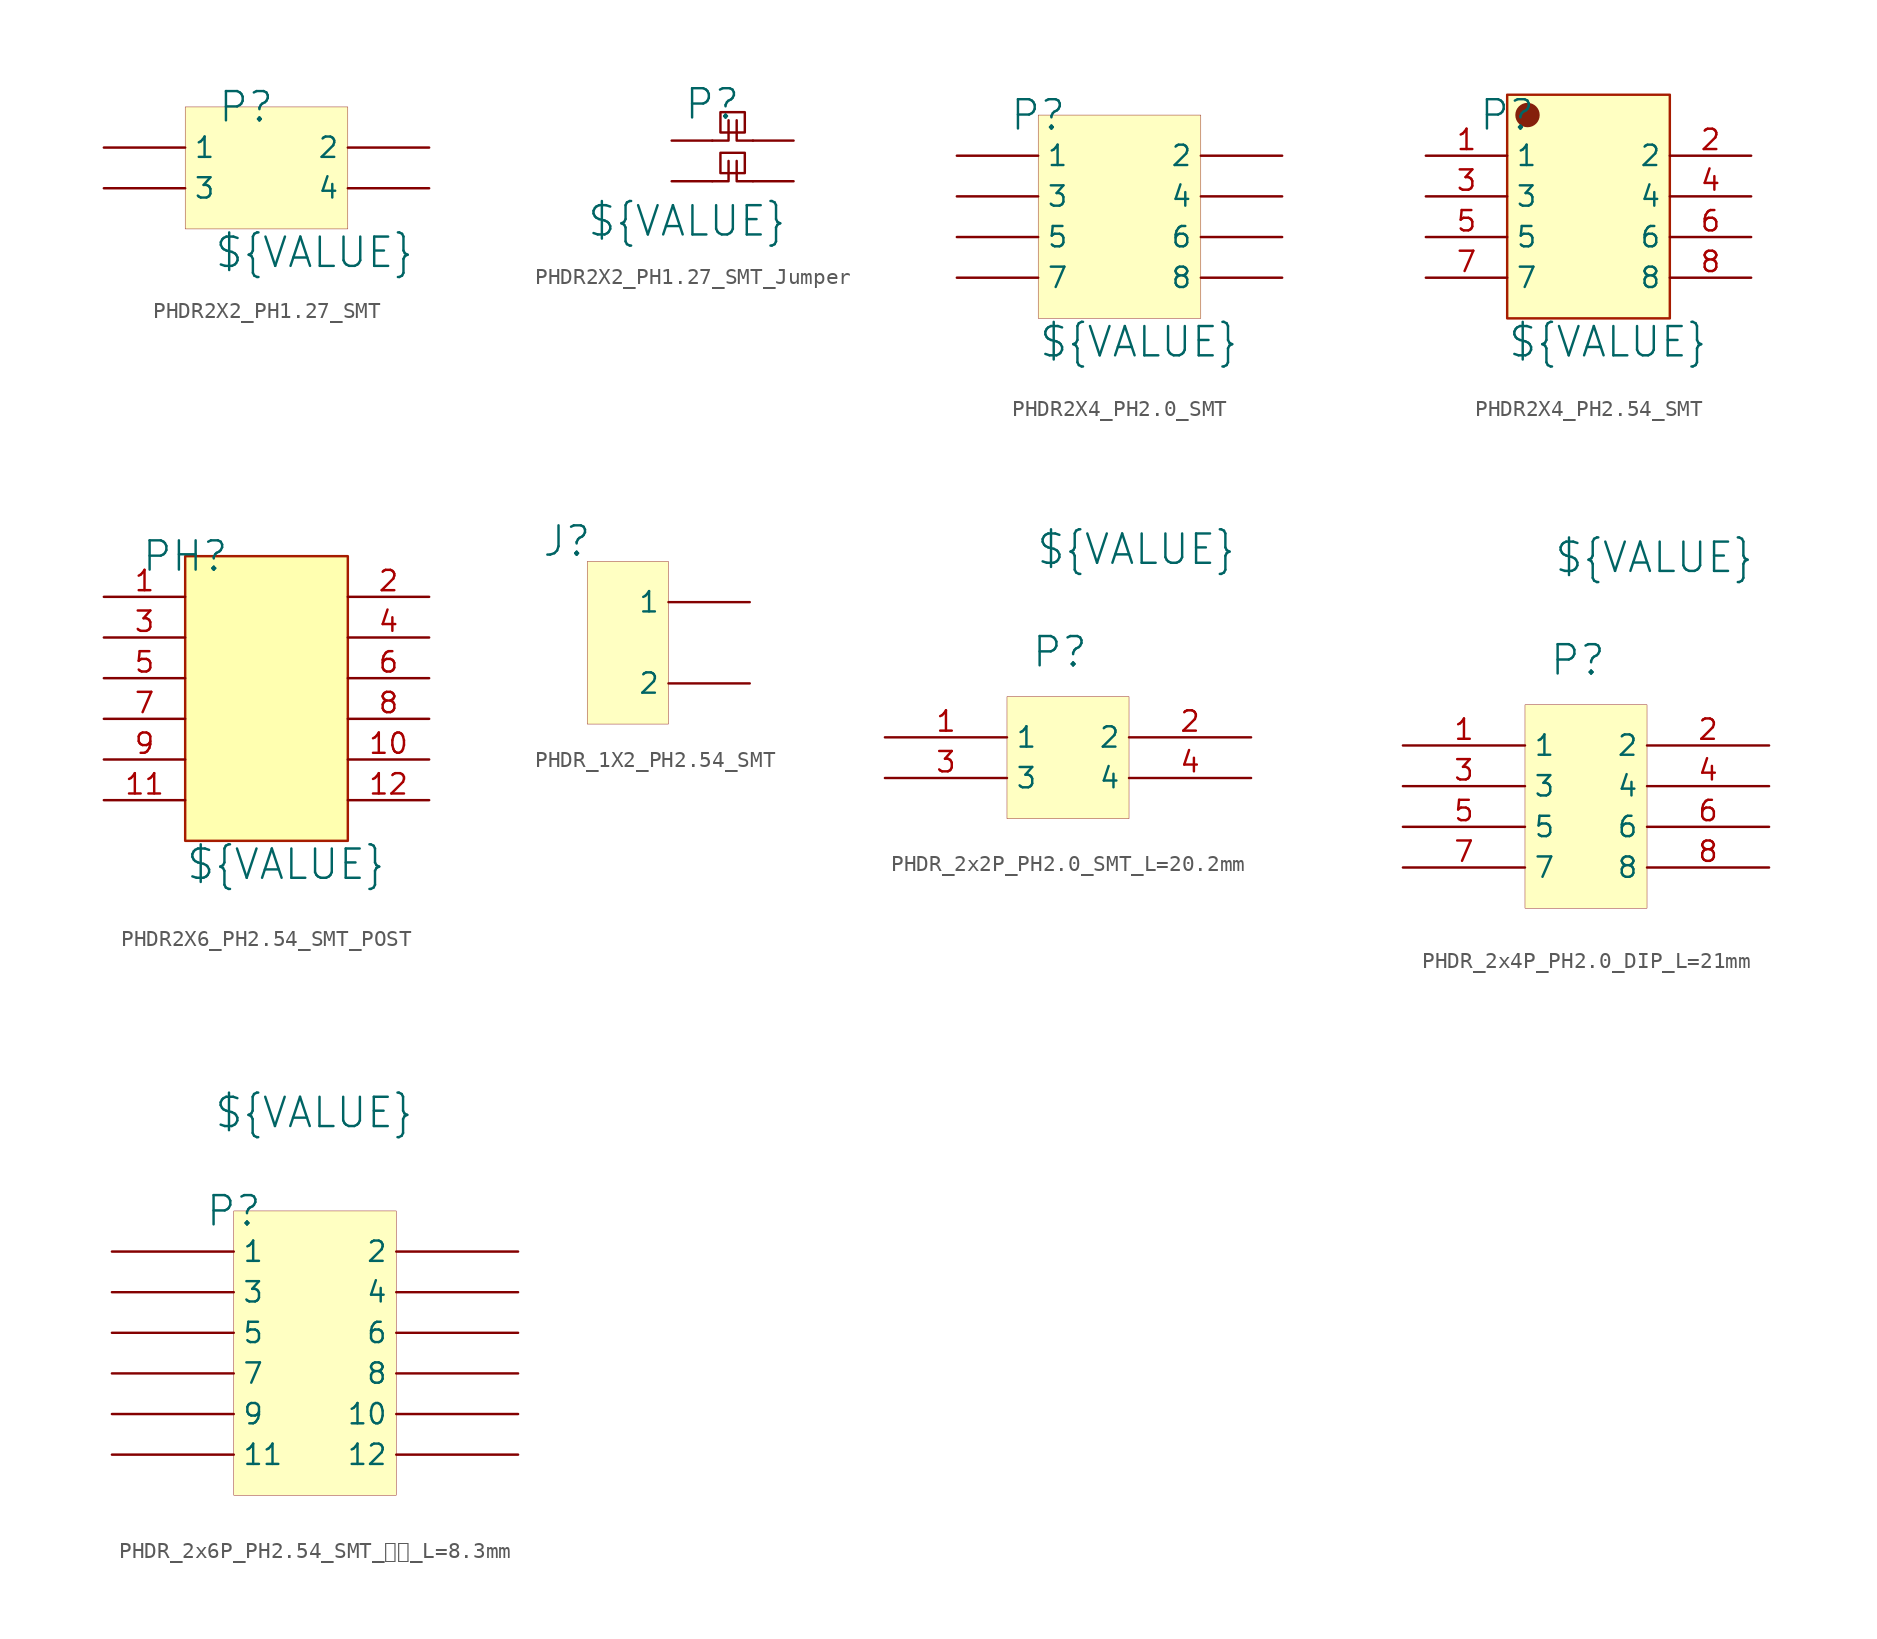
<source format=kicad_sym>
(kicad_symbol_lib
  (version 20241209)
  (generator "kicad_symbol_editor")
  (generator_version "9.0")
  (symbol "PHDR2X2_PH1.27_SMT"
    (pin_numbers
      (hide yes))
    (property "Reference" "P"
      (at 3.81 0 0)
      (effects (font (size 1.829 1.829))))
    (property "Value" "${VALUE}"
      (at 1.778 -10.16 0)
      (effects (font (size 1.829 1.829)) (justify left bottom)))
    (symbol "PHDR2X2_PH1.27_SMT_1_0"
      (rectangle (start 10.16 0) (end 0 -7.62) (stroke (width 0.025) (type solid) (color 128 0 0 1)) (fill (type background)))
      (pin passive line (at -5.08 -2.54 0) (length 5.08) (name "1" (effects (font (size 1.27 1.27)))) (number "1" (effects (font (size 1.27 1.27)))))
      (pin passive line (at -5.08 -5.08 0) (length 5.08) (name "3" (effects (font (size 1.27 1.27)))) (number "3" (effects (font (size 1.27 1.27)))))
      (pin passive line (at 15.24 -2.54 180) (length 5.08) (name "2" (effects (font (size 1.27 1.27)))) (number "2" (effects (font (size 1.27 1.27)))))
      (pin passive line (at 15.24 -5.08 180) (length 5.08) (name "4" (effects (font (size 1.27 1.27)))) (number "4" (effects (font (size 1.27 1.27)))))))
  (symbol "PHDR2X2_PH1.27_SMT_Jumper"
    (pin_numbers
      (hide yes))
    (pin_names
      (hide yes))
    (property "Reference" "P"
      (at 0 -0.254 0)
      (effects (font (size 1.829 1.829))))
    (property "Value" "${VALUE}"
      (at -7.874 -8.636 0)
      (effects (font (size 1.829 1.829)) (justify left bottom)))
    (symbol "PHDR2X2_PH1.27_SMT_Jumper_1_0"
      (polyline (pts (xy 0 -2.54) (xy 1.016 -2.54) (xy 1.016 -1.27)) (stroke (width 0) (type solid)) (fill (type none)))
      (polyline (pts (xy 0 -5.08) (xy 1.016 -5.08) (xy 1.016 -3.81)) (stroke (width 0) (type solid)) (fill (type none)))
      (polyline (pts (xy 0.508 -0.762) (xy 0.508 -2.032) (xy 2.032 -2.032) (xy 2.032 -0.762) (xy 0.508 -0.762)) (stroke (width 0) (type solid)) (fill (type none)))
      (polyline (pts (xy 0.508 -3.302) (xy 0.508 -4.572) (xy 2.032 -4.572) (xy 2.032 -3.302) (xy 0.508 -3.302)) (stroke (width 0) (type solid)) (fill (type none)))
      (polyline (pts (xy 2.54 -2.54) (xy 1.524 -2.54) (xy 1.524 -1.27)) (stroke (width 0) (type solid)) (fill (type none)))
      (polyline (pts (xy 2.54 -5.08) (xy 1.524 -5.08) (xy 1.524 -3.81)) (stroke (width 0) (type solid)) (fill (type none)))
      (pin passive line (at -2.54 -2.54 0) (length 2.54) (name "1" (effects (font (size 1.27 1.27)))) (number "1" (effects (font (size 1.27 1.27)))))
      (pin passive line (at -2.54 -5.08 0) (length 2.54) (name "3" (effects (font (size 1.27 1.27)))) (number "3" (effects (font (size 1.27 1.27)))))
      (pin passive line (at 5.08 -2.54 180) (length 2.54) (name "2" (effects (font (size 1.27 1.27)))) (number "2" (effects (font (size 1.27 1.27)))))
      (pin passive line (at 5.08 -5.08 180) (length 2.54) (name "4" (effects (font (size 1.27 1.27)))) (number "4" (effects (font (size 1.27 1.27)))))))
  (symbol "PHDR2X4_PH2.0_SMT"
    (pin_numbers
      (hide yes))
    (property "Reference" "P"
      (at 0 0 0)
      (effects (font (size 1.829 1.829))))
    (property "Value" "${VALUE}"
      (at 0 -15.24 0)
      (effects (font (size 1.829 1.829)) (justify left bottom)))
    (symbol "PHDR2X4_PH2.0_SMT_1_0"
      (rectangle (start 10.16 0) (end 0 -12.7) (stroke (width 0.025) (type solid) (color 128 0 0 1)) (fill (type background)))
      (pin passive line (at -5.08 -2.54 0) (length 5.08) (name "1" (effects (font (size 1.27 1.27)))) (number "1" (effects (font (size 1.27 1.27)))))
      (pin passive line (at -5.08 -5.08 0) (length 5.08) (name "3" (effects (font (size 1.27 1.27)))) (number "3" (effects (font (size 1.27 1.27)))))
      (pin passive line (at -5.08 -7.62 0) (length 5.08) (name "5" (effects (font (size 1.27 1.27)))) (number "5" (effects (font (size 1.27 1.27)))))
      (pin passive line (at -5.08 -10.16 0) (length 5.08) (name "7" (effects (font (size 1.27 1.27)))) (number "7" (effects (font (size 1.27 1.27)))))
      (pin passive line (at 15.24 -2.54 180) (length 5.08) (name "2" (effects (font (size 1.27 1.27)))) (number "2" (effects (font (size 1.27 1.27)))))
      (pin passive line (at 15.24 -5.08 180) (length 5.08) (name "4" (effects (font (size 1.27 1.27)))) (number "4" (effects (font (size 1.27 1.27)))))
      (pin passive line (at 15.24 -7.62 180) (length 5.08) (name "6" (effects (font (size 1.27 1.27)))) (number "6" (effects (font (size 1.27 1.27)))))
      (pin passive line (at 15.24 -10.16 180) (length 5.08) (name "8" (effects (font (size 1.27 1.27)))) (number "8" (effects (font (size 1.27 1.27)))))))
  (symbol "PHDR2X4_PH2.54_SMT"
    (property "Reference" "P"
      (at 0 0 0)
      (effects (font (size 1.829 1.829))))
    (property "Value" "${VALUE}"
      (at 0 -15.24 0)
      (effects (font (size 1.829 1.829)) (justify left bottom)))
    (symbol "PHDR2X4_PH2.54_SMT_1_0"
      (rectangle (start 0 1.27) (end 10.16 -12.7) (stroke (width 0) (type solid) (color 166 28 0 1)) (fill (type background)))
      (circle (center 1.27 0) (radius 0.762) (stroke (width -0.0001) (type solid) (color 133 32 12 1)) (fill (type outline)))
      (pin passive line (at -5.08 -2.54 0) (length 5.08) (name "1" (effects (font (size 1.27 1.27)))) (number "1" (effects (font (size 1.27 1.27)))))
      (pin passive line (at -5.08 -5.08 0) (length 5.08) (name "3" (effects (font (size 1.27 1.27)))) (number "3" (effects (font (size 1.27 1.27)))))
      (pin passive line (at -5.08 -7.62 0) (length 5.08) (name "5" (effects (font (size 1.27 1.27)))) (number "5" (effects (font (size 1.27 1.27)))))
      (pin passive line (at -5.08 -10.16 0) (length 5.08) (name "7" (effects (font (size 1.27 1.27)))) (number "7" (effects (font (size 1.27 1.27)))))
      (pin passive line (at 15.24 -2.54 180) (length 5.08) (name "2" (effects (font (size 1.27 1.27)))) (number "2" (effects (font (size 1.27 1.27)))))
      (pin passive line (at 15.24 -5.08 180) (length 5.08) (name "4" (effects (font (size 1.27 1.27)))) (number "4" (effects (font (size 1.27 1.27)))))
      (pin passive line (at 15.24 -7.62 180) (length 5.08) (name "6" (effects (font (size 1.27 1.27)))) (number "6" (effects (font (size 1.27 1.27)))))
      (pin passive line (at 15.24 -10.16 180) (length 5.08) (name "8" (effects (font (size 1.27 1.27)))) (number "8" (effects (font (size 1.27 1.27)))))))
  (symbol "PHDR2X6_PH2.54_SMT_POST"
    (pin_names
      (hide yes))
    (property "Reference" "PH"
      (at 0 0 0)
      (effects (font (size 1.829 1.829))))
    (property "Value" "${VALUE}"
      (at 0 -20.32 0)
      (effects (font (size 1.829 1.829)) (justify left bottom)))
    (symbol "PHDR2X6_PH2.54_SMT_POST_1_0"
      (rectangle (start 0 0) (end 10.16 -17.78) (stroke (width 0) (type solid) (color 166 28 0 1)) (fill (type color) (color 255 255 176 1)))
      (pin passive line (at -5.08 -2.54 0) (length 5.08) (name "1" (effects (font (size 1.27 1.27)))) (number "1" (effects (font (size 1.27 1.27)))))
      (pin passive line (at -5.08 -5.08 0) (length 5.08) (name "3" (effects (font (size 1.27 1.27)))) (number "3" (effects (font (size 1.27 1.27)))))
      (pin passive line (at -5.08 -7.62 0) (length 5.08) (name "5" (effects (font (size 1.27 1.27)))) (number "5" (effects (font (size 1.27 1.27)))))
      (pin passive line (at -5.08 -10.16 0) (length 5.08) (name "7" (effects (font (size 1.27 1.27)))) (number "7" (effects (font (size 1.27 1.27)))))
      (pin passive line (at -5.08 -12.7 0) (length 5.08) (name "9" (effects (font (size 1.27 1.27)))) (number "9" (effects (font (size 1.27 1.27)))))
      (pin passive line (at -5.08 -15.24 0) (length 5.08) (name "11" (effects (font (size 1.27 1.27)))) (number "11" (effects (font (size 1.27 1.27)))))
      (pin passive line (at 15.24 -2.54 180) (length 5.08) (name "2" (effects (font (size 1.27 1.27)))) (number "2" (effects (font (size 1.27 1.27)))))
      (pin passive line (at 15.24 -5.08 180) (length 5.08) (name "4" (effects (font (size 1.27 1.27)))) (number "4" (effects (font (size 1.27 1.27)))))
      (pin passive line (at 15.24 -7.62 180) (length 5.08) (name "6" (effects (font (size 1.27 1.27)))) (number "6" (effects (font (size 1.27 1.27)))))
      (pin passive line (at 15.24 -10.16 180) (length 5.08) (name "8" (effects (font (size 1.27 1.27)))) (number "8" (effects (font (size 1.27 1.27)))))
      (pin passive line (at 15.24 -12.7 180) (length 5.08) (name "10" (effects (font (size 1.27 1.27)))) (number "10" (effects (font (size 1.27 1.27)))))
      (pin passive line (at 15.24 -15.24 180) (length 5.08) (name "12" (effects (font (size 1.27 1.27)))) (number "12" (effects (font (size 1.27 1.27)))))))
  (symbol "PHDR_1X2_PH2.54_SMT"
    (pin_numbers
      (hide yes))
    (property "Reference" "J"
      (at -1.27 1.27 0)
      (effects (font (size 1.829 1.829))))
    (property "Value" "${VALUE}"
      (at -1.27 -3.81 0)
      (effects (font (size 1.829 1.829)) (justify left bottom) (hide yes)))
    (symbol "PHDR_1X2_PH2.54_SMT_1_0"
      (rectangle (start 5.08 0) (end 0 -10.16) (stroke (width 0.025) (type solid) (color 128 0 0 1)) (fill (type background)))
      (pin passive line (at 10.16 -2.54 180) (length 5.08) (name "1" (effects (font (size 1.27 1.27)))) (number "1" (effects (font (size 1.27 1.27)))))
      (pin passive line (at 10.16 -7.62 180) (length 5.08) (name "2" (effects (font (size 1.27 1.27)))) (number "2" (effects (font (size 1.27 1.27)))))))
  (symbol "PHDR_2x2P_PH2.0_SMT_L=20.2mm"
    (property "Reference" "P"
      (at 3.302 2.794 0)
      (effects (font (size 1.829 1.829))))
    (property "Value" "${VALUE}"
      (at 1.778 8.128 0)
      (effects (font (size 1.829 1.829)) (justify left bottom)))
    (symbol "PHDR_2x2P_PH2.0_SMT_L=20.2mm_1_0"
      (rectangle (start 7.62 0) (end 0 -7.62) (stroke (width 0.025) (type solid) (color 128 0 0 1)) (fill (type background)))
      (pin passive line (at -7.62 -2.54 0) (length 7.62) (name "1" (effects (font (size 1.27 1.27)))) (number "1" (effects (font (size 1.27 1.27)))))
      (pin passive line (at -7.62 -5.08 0) (length 7.62) (name "3" (effects (font (size 1.27 1.27)))) (number "3" (effects (font (size 1.27 1.27)))))
      (pin passive line (at 15.24 -2.54 180) (length 7.62) (name "2" (effects (font (size 1.27 1.27)))) (number "2" (effects (font (size 1.27 1.27)))))
      (pin passive line (at 15.24 -5.08 180) (length 7.62) (name "4" (effects (font (size 1.27 1.27)))) (number "4" (effects (font (size 1.27 1.27)))))))
  (symbol "PHDR_2x4P_PH2.0_DIP_L=21mm"
    (property "Reference" "P"
      (at 3.302 2.794 0)
      (effects (font (size 1.829 1.829))))
    (property "Value" "${VALUE}"
      (at 1.778 8.128 0)
      (effects (font (size 1.829 1.829)) (justify left bottom)))
    (symbol "PHDR_2x4P_PH2.0_DIP_L=21mm_1_0"
      (rectangle (start 7.62 0) (end 0 -12.7) (stroke (width 0.025) (type solid) (color 128 0 0 1)) (fill (type background)))
      (pin passive line (at -7.62 -2.54 0) (length 7.62) (name "1" (effects (font (size 1.27 1.27)))) (number "1" (effects (font (size 1.27 1.27)))))
      (pin passive line (at -7.62 -5.08 0) (length 7.62) (name "3" (effects (font (size 1.27 1.27)))) (number "3" (effects (font (size 1.27 1.27)))))
      (pin passive line (at -7.62 -7.62 0) (length 7.62) (name "5" (effects (font (size 1.27 1.27)))) (number "5" (effects (font (size 1.27 1.27)))))
      (pin passive line (at -7.62 -10.16 0) (length 7.62) (name "7" (effects (font (size 1.27 1.27)))) (number "7" (effects (font (size 1.27 1.27)))))
      (pin passive line (at 15.24 -2.54 180) (length 7.62) (name "2" (effects (font (size 1.27 1.27)))) (number "2" (effects (font (size 1.27 1.27)))))
      (pin passive line (at 15.24 -5.08 180) (length 7.62) (name "4" (effects (font (size 1.27 1.27)))) (number "4" (effects (font (size 1.27 1.27)))))
      (pin passive line (at 15.24 -7.62 180) (length 7.62) (name "6" (effects (font (size 1.27 1.27)))) (number "6" (effects (font (size 1.27 1.27)))))
      (pin passive line (at 15.24 -10.16 180) (length 7.62) (name "8" (effects (font (size 1.27 1.27)))) (number "8" (effects (font (size 1.27 1.27)))))))
  (symbol "PHDR_2x6P_PH2.54_SMT_带柱_L=8.3mm"
    (pin_numbers
      (hide yes))
    (property "Reference" "P"
      (at 0 0 0)
      (effects (font (size 1.829 1.829))))
    (property "Value" "${VALUE}"
      (at -1.27 5.08 0)
      (effects (font (size 1.829 1.829)) (justify left bottom)))
    (symbol "PHDR_2x6P_PH2.54_SMT_带柱_L=8.3mm_1_0"
      (rectangle (start 10.16 0) (end 0 -17.78) (stroke (width 0.025) (type solid) (color 128 0 0 1)) (fill (type background)))
      (pin passive line (at -7.62 -2.54 0) (length 7.62) (name "1" (effects (font (size 1.27 1.27)))) (number "1" (effects (font (size 1.27 1.27)))))
      (pin passive line (at -7.62 -5.08 0) (length 7.62) (name "3" (effects (font (size 1.27 1.27)))) (number "3" (effects (font (size 1.27 1.27)))))
      (pin passive line (at -7.62 -7.62 0) (length 7.62) (name "5" (effects (font (size 1.27 1.27)))) (number "5" (effects (font (size 1.27 1.27)))))
      (pin passive line (at -7.62 -10.16 0) (length 7.62) (name "7" (effects (font (size 1.27 1.27)))) (number "7" (effects (font (size 1.27 1.27)))))
      (pin passive line (at -7.62 -12.7 0) (length 7.62) (name "9" (effects (font (size 1.27 1.27)))) (number "9" (effects (font (size 1.27 1.27)))))
      (pin passive line (at -7.62 -15.24 0) (length 7.62) (name "11" (effects (font (size 1.27 1.27)))) (number "11" (effects (font (size 1.27 1.27)))))
      (pin passive line (at 17.78 -2.54 180) (length 7.62) (name "2" (effects (font (size 1.27 1.27)))) (number "2" (effects (font (size 1.27 1.27)))))
      (pin passive line (at 17.78 -5.08 180) (length 7.62) (name "4" (effects (font (size 1.27 1.27)))) (number "4" (effects (font (size 1.27 1.27)))))
      (pin passive line (at 17.78 -7.62 180) (length 7.62) (name "6" (effects (font (size 1.27 1.27)))) (number "6" (effects (font (size 1.27 1.27)))))
      (pin passive line (at 17.78 -10.16 180) (length 7.62) (name "8" (effects (font (size 1.27 1.27)))) (number "8" (effects (font (size 1.27 1.27)))))
      (pin passive line (at 17.78 -12.7 180) (length 7.62) (name "10" (effects (font (size 1.27 1.27)))) (number "10" (effects (font (size 1.27 1.27)))))
      (pin passive line (at 17.78 -15.24 180) (length 7.62) (name "12" (effects (font (size 1.27 1.27)))) (number "12" (effects (font (size 1.27 1.27))))))))
</source>
